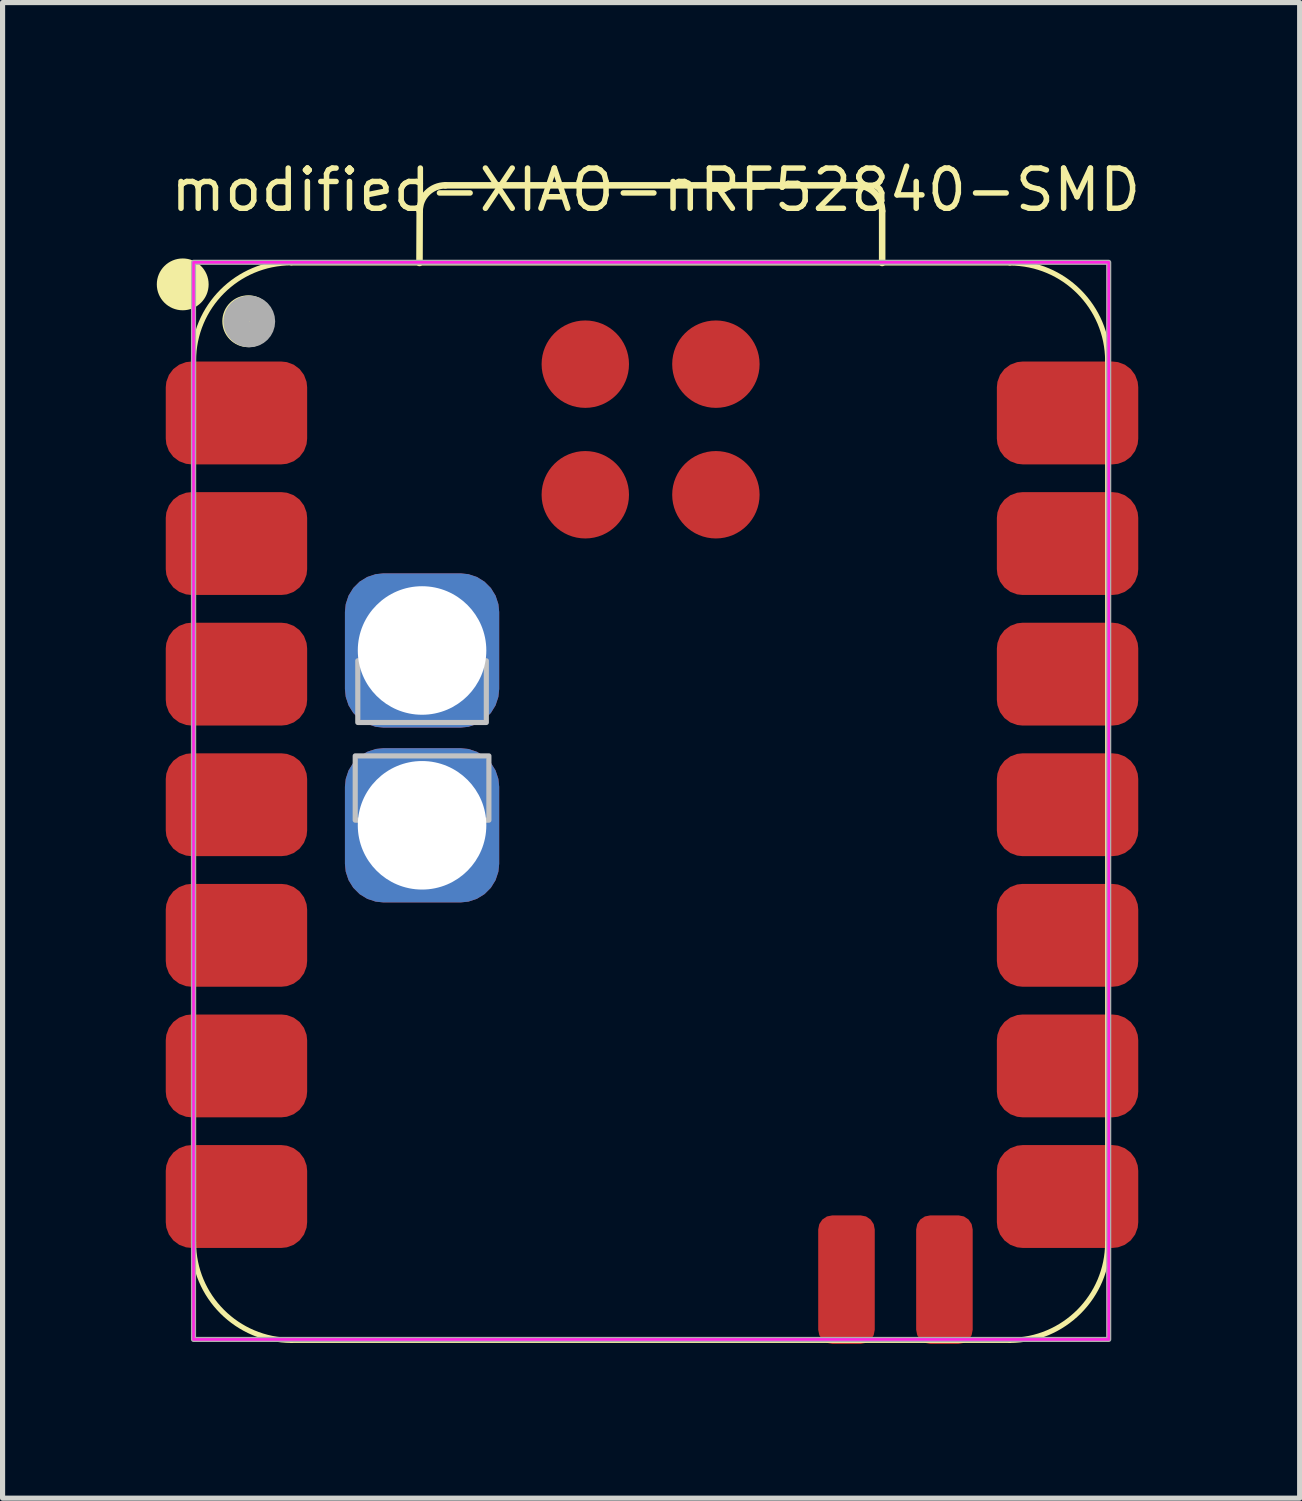
<source format=kicad_pcb>
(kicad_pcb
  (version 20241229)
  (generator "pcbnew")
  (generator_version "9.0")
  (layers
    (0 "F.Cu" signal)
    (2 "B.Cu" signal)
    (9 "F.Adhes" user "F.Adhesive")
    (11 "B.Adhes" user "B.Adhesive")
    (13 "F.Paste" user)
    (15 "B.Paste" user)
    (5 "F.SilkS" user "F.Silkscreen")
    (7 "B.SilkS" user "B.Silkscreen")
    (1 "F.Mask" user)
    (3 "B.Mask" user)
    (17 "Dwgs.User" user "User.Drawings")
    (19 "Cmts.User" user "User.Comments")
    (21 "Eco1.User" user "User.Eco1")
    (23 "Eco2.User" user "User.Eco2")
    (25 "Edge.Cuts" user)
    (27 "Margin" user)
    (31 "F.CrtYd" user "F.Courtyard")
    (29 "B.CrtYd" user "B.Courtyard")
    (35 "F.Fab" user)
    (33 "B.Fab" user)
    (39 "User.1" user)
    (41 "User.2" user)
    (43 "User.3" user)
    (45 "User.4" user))
  (footprint "modified-XIAO-nRF52840-SMD"
    (layer "F.Cu")
    (at 9.659 12.602)
    (property "Reference" "modified-XIAO-nRF52840-SMD" (at -9.445 -11.5 0) (layer "F.SilkS") (effects (font (size 0.782 0.782) (thickness 0.107)) (justify left bottom)))
    (fp_line (start -8.945 8.513) (end -8.945 -8.632) (stroke (width 0.1) (type solid)) (layer "F.SilkS"))
    (fp_line (start -7.04 10.418) (end 6.93 10.418) (stroke (width 0.1) (type solid)) (layer "F.SilkS"))
    (fp_line (start -4.55 -10.537) (end -4.546 -11.547) (stroke (width 0.127) (type solid)) (layer "F.SilkS"))
    (fp_line (start -4.046 -12.047) (end 3.949 -12.047) (stroke (width 0.127) (type solid)) (layer "F.SilkS"))
    (fp_line (start 4.449 -11.547) (end 4.449 -10.537) (stroke (width 0.127) (type solid)) (layer "F.SilkS"))
    (fp_line (start 6.93 -10.537) (end -7.04 -10.537) (stroke (width 0.1) (type solid)) (layer "F.SilkS"))
    (fp_line (start 8.835 8.513) (end 8.835 -8.632) (stroke (width 0.1) (type solid)) (layer "F.SilkS"))
    (fp_arc (start -8.945 -8.636) (mid -8.387038 -9.983038) (end -7.04 -10.541) (stroke (width 0.1) (type solid)) (layer "F.SilkS"))
    (fp_arc (start -7.04 10.418) (mid -8.387038 9.860038) (end -8.945 8.513) (stroke (width 0.1) (type solid)) (layer "F.SilkS"))
    (fp_arc (start -4.546272 -11.547272) (mid -4.399724 -11.900644) (end -4.046272 -12.047) (stroke (width 0.127) (type default)) (layer "F.SilkS"))
    (fp_arc (start 3.949 -12.047) (mid 4.302524 -11.900524) (end 4.449 -11.547) (stroke (width 0.127) (type default)) (layer "F.SilkS"))
    (fp_arc (start 6.93 -10.537) (mid 8.277024 -9.979024) (end 8.835 -8.632) (stroke (width 0.1) (type solid)) (layer "F.SilkS"))
    (fp_arc (start 8.835 8.513) (mid 8.277038 9.860038) (end 6.93 10.418) (stroke (width 0.1) (type solid)) (layer "F.SilkS"))
    (fp_circle (center -9.155 -10.121) (end -9.155 -10.375) (stroke (width 0.5) (type solid)) (fill yes) (layer "F.SilkS"))
    (fp_circle (center -7.881 -9.404) (end -7.881 -9.658) (stroke (width 0.5) (type solid)) (fill yes) (layer "F.SilkS"))
    (fp_rect (start -5.8 -0.95) (end -3.2 0.3) (stroke (width 0.1) (type default)) (fill no) (layer "Dwgs.User"))
    (fp_rect (start -5.75 -2.8) (end -3.25 -1.6) (stroke (width 0.1) (type default)) (fill no) (layer "Dwgs.User"))
    (fp_rect (start -8.945 -10.55) (end 8.855 10.4) (stroke (width 0.05) (type default)) (fill no) (layer "F.CrtYd"))
    (fp_rect (start -8.945 -10.55) (end 8.855 10.4) (stroke (width 0.1) (type default)) (fill no) (layer "F.Fab"))
    (fp_circle (center -7.861 -9.4) (end -7.861 -9.654) (stroke (width 0.5) (type solid)) (fill no) (layer "F.Fab"))
    (pad "1" smd roundrect (at -8.11 -7.62) (size 2.75 2) (layers "F.Cu" "F.Mask" "F.Paste") (roundrect_rratio 0.25))
    (pad "2" smd roundrect (at -8.11 -5.08) (size 2.75 2) (layers "F.Cu" "F.Mask" "F.Paste") (roundrect_rratio 0.25))
    (pad "3" smd roundrect (at -8.11 -2.54) (size 2.75 2) (layers "F.Cu" "F.Mask" "F.Paste") (roundrect_rratio 0.25))
    (pad "4" smd roundrect (at -8.11 0) (size 2.75 2) (layers "F.Cu" "F.Mask" "F.Paste") (roundrect_rratio 0.25))
    (pad "5" smd roundrect (at -8.11 2.54) (size 2.75 2) (layers "F.Cu" "F.Mask" "F.Paste") (roundrect_rratio 0.25))
    (pad "6" smd roundrect (at -8.11 5.08) (size 2.75 2) (layers "F.Cu" "F.Mask" "F.Paste") (roundrect_rratio 0.25))
    (pad "7" smd roundrect (at -8.11 7.62) (size 2.75 2) (layers "F.Cu" "F.Mask" "F.Paste") (roundrect_rratio 0.25))
    (pad "8" smd roundrect (at 8.055 7.62) (size 2.75 2) (layers "F.Cu" "F.Mask" "F.Paste") (roundrect_rratio 0.25))
    (pad "9" smd roundrect (at 8.055 5.08) (size 2.75 2) (layers "F.Cu" "F.Mask" "F.Paste") (roundrect_rratio 0.25))
    (pad "10" smd roundrect (at 8.055 2.54) (size 2.75 2) (layers "F.Cu" "F.Mask" "F.Paste") (roundrect_rratio 0.25))
    (pad "11" smd roundrect (at 8.055 0) (size 2.75 2) (layers "F.Cu" "F.Mask" "F.Paste") (roundrect_rratio 0.25))
    (pad "12" smd roundrect (at 8.055 -2.54) (size 2.75 2) (layers "F.Cu" "F.Mask" "F.Paste") (roundrect_rratio 0.25))
    (pad "13" smd roundrect (at 8.055 -5.08) (size 2.75 2) (layers "F.Cu" "F.Mask" "F.Paste") (roundrect_rratio 0.25))
    (pad "14" smd roundrect (at 8.055 -7.62) (size 2.75 2) (layers "F.Cu" "F.Mask" "F.Paste") (roundrect_rratio 0.25))
    (pad "15" thru_hole roundrect (at -4.5 0.4 180) (size 3 3) (drill oval 2.5) (layers "*.Cu" "*.Mask") (roundrect_rratio 0.25))
    (pad "16" thru_hole roundrect (at -4.5 -3 180) (size 3 3) (drill oval 2.5) (layers "*.Cu" "*.Mask") (roundrect_rratio 0.25))
    (pad "17" smd roundrect (at 3.755 9.237 270) (size 2.5 1.1) (layers "F.Cu" "F.Mask" "F.Paste") (roundrect_rratio 0.25))
    (pad "18" smd roundrect (at 5.66 9.237 270) (size 2.5 1.1) (layers "F.Cu" "F.Mask" "F.Paste") (roundrect_rratio 0.25))
    (pad "19" smd circle (at -1.325 -8.569) (size 1.7 1.7) (layers "F.Cu" "F.Mask" "F.Paste"))
    (pad "20" smd circle (at 1.215 -8.569) (size 1.7 1.7) (layers "F.Cu" "F.Mask" "F.Paste"))
    (pad "21" smd circle (at -1.325 -6.029) (size 1.7 1.7) (layers "F.Cu" "F.Mask" "F.Paste"))
    (pad "22" smd circle (at 1.215 -6.029) (size 1.7 1.7) (layers "F.Cu" "F.Mask" "F.Paste")))
  (gr_rect
    (start -3 -3)
    (end 22.228 26.089)
    (stroke (width 0.1) (type default))
    (fill no)
    (layer "Edge.Cuts")))
</source>
